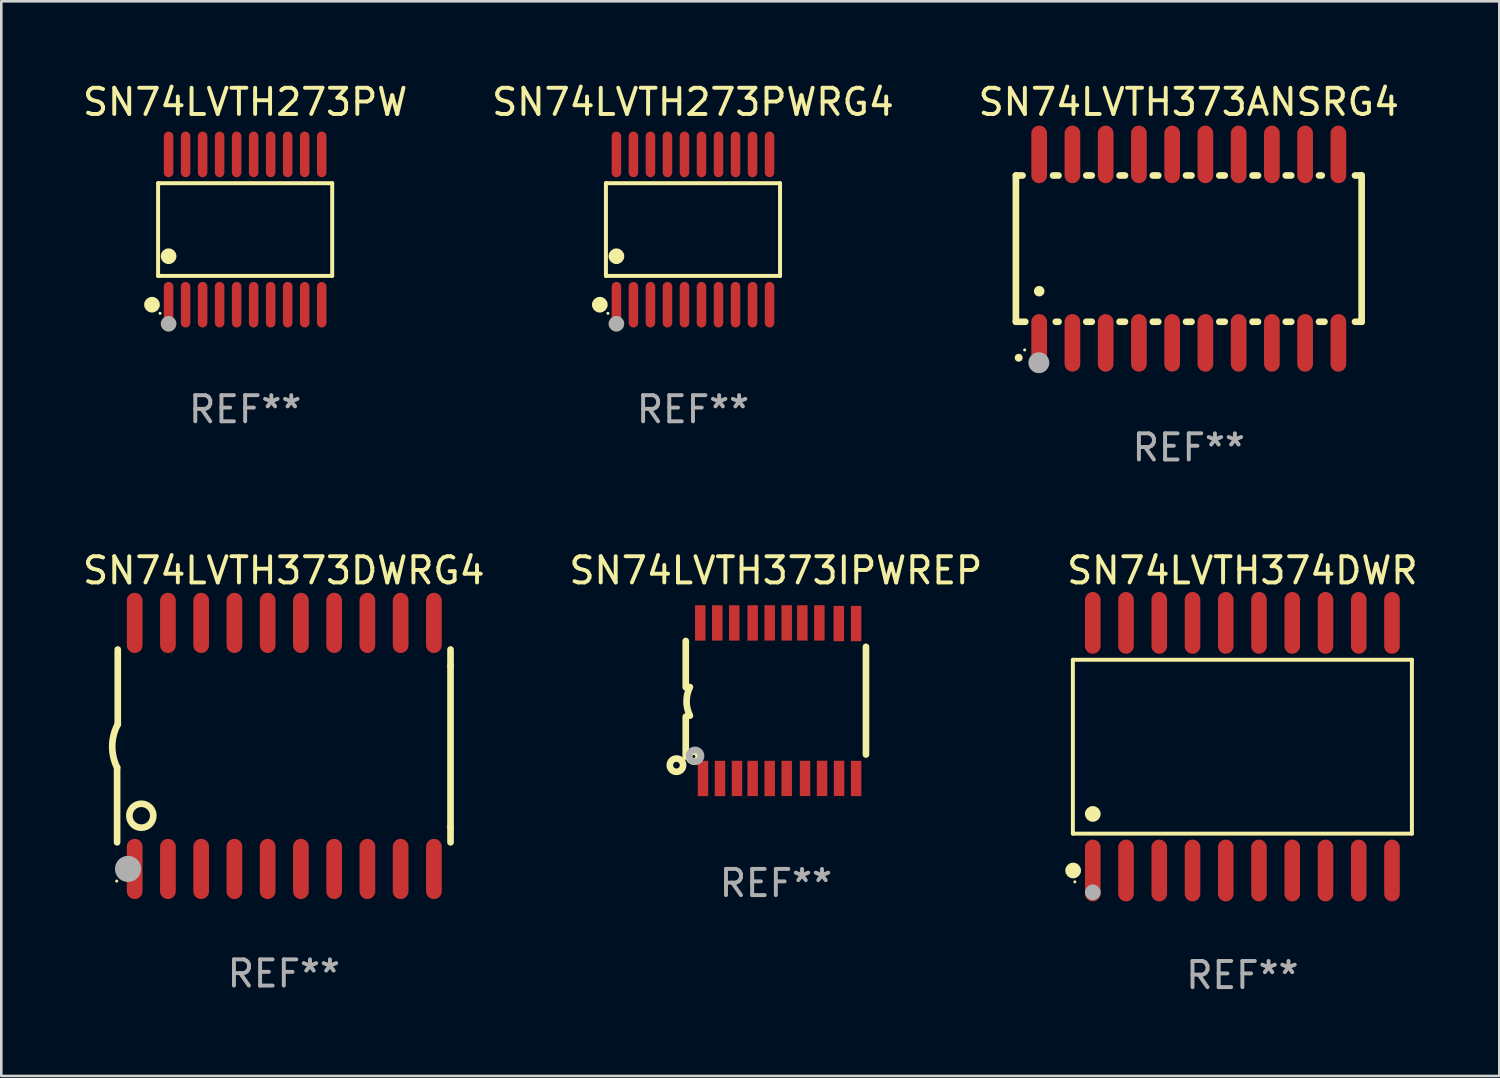
<source format=kicad_pcb>
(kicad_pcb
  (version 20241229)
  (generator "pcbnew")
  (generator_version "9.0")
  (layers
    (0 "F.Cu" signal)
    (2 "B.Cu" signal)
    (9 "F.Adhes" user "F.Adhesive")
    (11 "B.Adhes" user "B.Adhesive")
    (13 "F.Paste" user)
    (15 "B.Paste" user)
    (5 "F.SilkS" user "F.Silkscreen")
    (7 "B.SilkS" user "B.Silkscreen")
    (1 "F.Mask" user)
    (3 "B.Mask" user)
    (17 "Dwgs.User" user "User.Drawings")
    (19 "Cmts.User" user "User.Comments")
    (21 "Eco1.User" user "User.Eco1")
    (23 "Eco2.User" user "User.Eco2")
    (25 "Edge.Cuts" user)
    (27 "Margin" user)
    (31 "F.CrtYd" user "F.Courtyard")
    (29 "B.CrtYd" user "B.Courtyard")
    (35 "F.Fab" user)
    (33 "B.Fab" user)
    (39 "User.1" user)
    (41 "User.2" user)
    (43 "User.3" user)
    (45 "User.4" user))
  (footprint "SN74LVTH373ANSRG4"
    (layer "F.Cu")
    (at 42.363 6.448)
    (property "Reference" "SN74LVTH373ANSRG4" (at 0 -5.6 0) (layer "F.SilkS") (effects (font (size 1 1) (thickness 0.15))))
    (attr through_hole)
    (fp_line (start -6.604 -2.794) (end -6.604 2.794) (stroke (width 0.254) (type solid)) (layer "F.SilkS"))
    (fp_line (start -6.604 2.794) (end -6.246 2.794) (stroke (width 0.254) (type solid)) (layer "F.SilkS"))
    (fp_line (start -6.35 -2.794) (end -6.604 -2.794) (stroke (width 0.254) (type solid)) (layer "F.SilkS"))
    (fp_line (start -5.184 -2.794) (end -4.976 -2.794) (stroke (width 0.254) (type solid)) (layer "F.SilkS"))
    (fp_line (start -5.08 2.794) (end -4.976 2.794) (stroke (width 0.254) (type solid)) (layer "F.SilkS"))
    (fp_line (start -3.914 -2.794) (end -3.706 -2.794) (stroke (width 0.254) (type solid)) (layer "F.SilkS"))
    (fp_line (start -3.914 2.794) (end -3.706 2.794) (stroke (width 0.254) (type solid)) (layer "F.SilkS"))
    (fp_line (start -2.644 -2.794) (end -2.436 -2.794) (stroke (width 0.254) (type solid)) (layer "F.SilkS"))
    (fp_line (start -2.644 2.794) (end -2.436 2.794) (stroke (width 0.254) (type solid)) (layer "F.SilkS"))
    (fp_line (start -1.374 -2.794) (end -1.166 -2.794) (stroke (width 0.254) (type solid)) (layer "F.SilkS"))
    (fp_line (start -1.374 2.794) (end -1.166 2.794) (stroke (width 0.254) (type solid)) (layer "F.SilkS"))
    (fp_line (start -0.104 -2.794) (end 0.104 -2.794) (stroke (width 0.254) (type solid)) (layer "F.SilkS"))
    (fp_line (start -0.104 2.794) (end 0.104 2.794) (stroke (width 0.254) (type solid)) (layer "F.SilkS"))
    (fp_line (start 1.166 -2.794) (end 1.374 -2.794) (stroke (width 0.254) (type solid)) (layer "F.SilkS"))
    (fp_line (start 1.166 2.794) (end 1.374 2.794) (stroke (width 0.254) (type solid)) (layer "F.SilkS"))
    (fp_line (start 2.436 -2.794) (end 2.644 -2.794) (stroke (width 0.254) (type solid)) (layer "F.SilkS"))
    (fp_line (start 2.436 2.794) (end 2.644 2.794) (stroke (width 0.254) (type solid)) (layer "F.SilkS"))
    (fp_line (start 3.706 -2.794) (end 3.914 -2.794) (stroke (width 0.254) (type solid)) (layer "F.SilkS"))
    (fp_line (start 3.706 2.794) (end 3.914 2.794) (stroke (width 0.254) (type solid)) (layer "F.SilkS"))
    (fp_line (start 4.976 -2.794) (end 5.08 -2.794) (stroke (width 0.254) (type solid)) (layer "F.SilkS"))
    (fp_line (start 4.976 2.794) (end 5.184 2.794) (stroke (width 0.254) (type solid)) (layer "F.SilkS"))
    (fp_line (start 6.35 -2.794) (end 6.604 -2.794) (stroke (width 0.254) (type solid)) (layer "F.SilkS"))
    (fp_line (start 6.604 -2.794) (end 6.604 2.794) (stroke (width 0.254) (type solid)) (layer "F.SilkS"))
    (fp_line (start 6.604 2.794) (end 6.35 2.794) (stroke (width 0.254) (type solid)) (layer "F.SilkS"))
    (fp_arc (start -6.499619 4.167793) (mid -6.498349 4.167788) (end -6.497079 4.167793) (stroke (width 0.3) (type solid)) (layer "F.SilkS"))
    (fp_arc (start -5.715011 1.625603) (mid -5.713741 1.625599) (end -5.712471 1.625603) (stroke (width 0.4) (type solid)) (layer "F.SilkS"))
    (fp_circle (center -6.27 3.87) (end -6.24 3.87) (stroke (width 0.06) (type solid)) (fill no) (layer "F.SilkS"))
    (fp_circle (center -5.727 4.359) (end -5.527 4.359) (stroke (width 0.4) (type solid)) (fill no) (layer "F.Fab"))
    (fp_text user "REF**" (at 0 7.6 0) (layer "F.Fab") (effects (font (size 1 1) (thickness 0.15))))
    (pad "1" smd oval (at -5.715 3.6) (size 0.6 2.2) (layers "F.Cu" "F.Mask" "F.Paste"))
    (pad "2" smd oval (at -4.445 3.6) (size 0.6 2.2) (layers "F.Cu" "F.Mask" "F.Paste"))
    (pad "3" smd oval (at -3.175 3.6) (size 0.6 2.2) (layers "F.Cu" "F.Mask" "F.Paste"))
    (pad "4" smd oval (at -1.905 3.6) (size 0.6 2.2) (layers "F.Cu" "F.Mask" "F.Paste"))
    (pad "5" smd oval (at -0.635 3.6) (size 0.6 2.2) (layers "F.Cu" "F.Mask" "F.Paste"))
    (pad "6" smd oval (at 0.635 3.6) (size 0.6 2.2) (layers "F.Cu" "F.Mask" "F.Paste"))
    (pad "7" smd oval (at 1.905 3.6) (size 0.6 2.2) (layers "F.Cu" "F.Mask" "F.Paste"))
    (pad "8" smd oval (at 3.175 3.6) (size 0.6 2.2) (layers "F.Cu" "F.Mask" "F.Paste"))
    (pad "9" smd oval (at 4.445 3.6) (size 0.6 2.2) (layers "F.Cu" "F.Mask" "F.Paste"))
    (pad "10" smd oval (at 5.715 3.6) (size 0.6 2.2) (layers "F.Cu" "F.Mask" "F.Paste"))
    (pad "11" smd oval (at 5.715 -3.6 180) (size 0.6 2.2) (layers "F.Cu" "F.Mask" "F.Paste"))
    (pad "12" smd oval (at 4.445 -3.6 180) (size 0.6 2.2) (layers "F.Cu" "F.Mask" "F.Paste"))
    (pad "13" smd oval (at 3.175 -3.6 180) (size 0.6 2.2) (layers "F.Cu" "F.Mask" "F.Paste"))
    (pad "14" smd oval (at 1.905 -3.6 180) (size 0.6 2.2) (layers "F.Cu" "F.Mask" "F.Paste"))
    (pad "15" smd oval (at 0.635 -3.6 180) (size 0.6 2.2) (layers "F.Cu" "F.Mask" "F.Paste"))
    (pad "16" smd oval (at -0.635 -3.6 180) (size 0.6 2.2) (layers "F.Cu" "F.Mask" "F.Paste"))
    (pad "17" smd oval (at -1.905 -3.6 180) (size 0.6 2.2) (layers "F.Cu" "F.Mask" "F.Paste"))
    (pad "18" smd oval (at -3.175 -3.6 180) (size 0.6 2.2) (layers "F.Cu" "F.Mask" "F.Paste"))
    (pad "19" smd oval (at -4.445 -3.6 180) (size 0.6 2.2) (layers "F.Cu" "F.Mask" "F.Paste"))
    (pad "20" smd oval (at -5.715 -3.6 180) (size 0.6 2.2) (layers "F.Cu" "F.Mask" "F.Paste")))
  (footprint "SN74LVTH373DWRG4"
    (layer "F.Cu")
    (at 7.792 25.445)
    (property "Reference" "SN74LVTH373DWRG4" (at 0 -6.7 0) (layer "F.SilkS") (effects (font (size 1 1) (thickness 0.15))))
    (attr through_hole)
    (fp_line (start -6.369 0.826) (end -6.369 3.683) (stroke (width 0.254) (type solid)) (layer "F.SilkS"))
    (fp_line (start -6.343 -0.825) (end -6.343 -3.683) (stroke (width 0.254) (type solid)) (layer "F.SilkS"))
    (fp_line (start 6.369 -3.048) (end 6.369 -3.683) (stroke (width 0.254) (type solid)) (layer "F.SilkS"))
    (fp_line (start 6.369 -3.048) (end 6.369 3.096) (stroke (width 0.254) (type solid)) (layer "F.SilkS"))
    (fp_line (start 6.369 3.096) (end 6.369 3.683) (stroke (width 0.254) (type solid)) (layer "F.SilkS"))
    (fp_arc (start -6.36853 0.825552) (mid -6.554743 -0.00301) (end -6.343129 -0.825451) (stroke (width 0.254001) (type solid)) (layer "F.SilkS"))
    (fp_circle (center -6.382 5.163) (end -6.352 5.163) (stroke (width 0.06) (type solid)) (fill no) (layer "F.SilkS"))
    (fp_circle (center -5.443 2.667) (end -4.985 2.667) (stroke (width 0.254) (type solid)) (fill no) (layer "F.SilkS"))
    (fp_circle (center -5.951 4.699) (end -5.701 4.699) (stroke (width 0.5) (type solid)) (fill no) (layer "F.Fab"))
    (fp_text user "REF**" (at 0 8.7 0) (layer "F.Fab") (effects (font (size 1 1) (thickness 0.15))))
    (pad "1" smd oval (at -5.697 4.7 180) (size 0.6 2.3) (layers "F.Cu" "F.Mask" "F.Paste"))
    (pad "2" smd oval (at -4.427 4.7 180) (size 0.6 2.3) (layers "F.Cu" "F.Mask" "F.Paste"))
    (pad "3" smd oval (at -3.157 4.7 180) (size 0.6 2.3) (layers "F.Cu" "F.Mask" "F.Paste"))
    (pad "4" smd oval (at -1.887 4.7 180) (size 0.6 2.3) (layers "F.Cu" "F.Mask" "F.Paste"))
    (pad "5" smd oval (at -0.617 4.7 180) (size 0.6 2.3) (layers "F.Cu" "F.Mask" "F.Paste"))
    (pad "6" smd oval (at 0.653 4.7 180) (size 0.6 2.3) (layers "F.Cu" "F.Mask" "F.Paste"))
    (pad "7" smd oval (at 1.923 4.7 180) (size 0.6 2.3) (layers "F.Cu" "F.Mask" "F.Paste"))
    (pad "8" smd oval (at 3.193 4.7 180) (size 0.6 2.3) (layers "F.Cu" "F.Mask" "F.Paste"))
    (pad "9" smd oval (at 4.463 4.7 180) (size 0.6 2.3) (layers "F.Cu" "F.Mask" "F.Paste"))
    (pad "10" smd oval (at 5.734 4.7 180) (size 0.6 2.3) (layers "F.Cu" "F.Mask" "F.Paste"))
    (pad "11" smd oval (at 5.734 -4.7 180) (size 0.6 2.3) (layers "F.Cu" "F.Mask" "F.Paste"))
    (pad "12" smd oval (at 4.463 -4.7 180) (size 0.6 2.3) (layers "F.Cu" "F.Mask" "F.Paste"))
    (pad "13" smd oval (at 3.193 -4.7 180) (size 0.6 2.3) (layers "F.Cu" "F.Mask" "F.Paste"))
    (pad "14" smd oval (at 1.923 -4.7 180) (size 0.6 2.3) (layers "F.Cu" "F.Mask" "F.Paste"))
    (pad "15" smd oval (at 0.653 -4.7 180) (size 0.6 2.3) (layers "F.Cu" "F.Mask" "F.Paste"))
    (pad "16" smd oval (at -0.617 -4.7 180) (size 0.6 2.3) (layers "F.Cu" "F.Mask" "F.Paste"))
    (pad "17" smd oval (at -1.887 -4.7 180) (size 0.6 2.3) (layers "F.Cu" "F.Mask" "F.Paste"))
    (pad "18" smd oval (at -3.157 -4.7 180) (size 0.6 2.3) (layers "F.Cu" "F.Mask" "F.Paste"))
    (pad "19" smd oval (at -4.427 -4.7 180) (size 0.6 2.3) (layers "F.Cu" "F.Mask" "F.Paste"))
    (pad "20" smd oval (at -5.697 -4.7 180) (size 0.6 2.3) (layers "F.Cu" "F.Mask" "F.Paste")))
  (footprint "SN74LVTH373IPWREP"
    (layer "F.Cu")
    (at 26.589 23.717)
    (property "Reference" "SN74LVTH373IPWREP" (at 0 -4.972 0) (layer "F.SilkS") (effects (font (size 1 1) (thickness 0.15))))
    (attr through_hole)
    (fp_line (start -3.442 -0.514) (end -3.442 -2.28) (stroke (width 0.254) (type solid)) (layer "F.SilkS"))
    (fp_line (start -3.442 0.61) (end -3.442 2.134) (stroke (width 0.254) (type solid)) (layer "F.SilkS"))
    (fp_line (start 3.442 -2.057) (end 3.442 2.057) (stroke (width 0.254) (type solid)) (layer "F.SilkS"))
    (fp_arc (start -3.282957 0.571502) (mid -3.411874 0.0254) (end -3.282957 -0.520701) (stroke (width 0.254001) (type solid)) (layer "F.SilkS"))
    (fp_circle (center -3.797 2.464) (end -3.543 2.464) (stroke (width 0.254) (type solid)) (fill no) (layer "F.SilkS"))
    (fp_circle (center -3.137 2.134) (end -3.077 2.134) (stroke (width 0.254) (type solid)) (fill no) (layer "F.SilkS"))
    (fp_circle (center -3.086 2.108) (end -2.986 2.108) (stroke (width 0.254) (type solid)) (fill no) (layer "F.Fab"))
    (fp_text user "REF**" (at 0 6.972 0) (layer "F.Fab") (effects (font (size 1 1) (thickness 0.15))))
    (pad "1" smd rect (at -2.784 2.972 90) (size 1.35 0.4) (layers "F.Cu" "F.Mask" "F.Paste"))
    (pad "2" smd rect (at -2.134 2.972 270) (size 1.35 0.4) (layers "F.Cu" "F.Mask" "F.Paste"))
    (pad "3" smd rect (at -1.485 2.971 270) (size 1.35 0.4) (layers "F.Cu" "F.Mask" "F.Paste"))
    (pad "4" smd rect (at -0.886 2.971 270) (size 1.35 0.4) (layers "F.Cu" "F.Mask" "F.Paste"))
    (pad "5" smd rect (at -0.236 2.972 270) (size 1.35 0.4) (layers "F.Cu" "F.Mask" "F.Paste"))
    (pad "6" smd rect (at 0.414 2.97 270) (size 1.35 0.4) (layers "F.Cu" "F.Mask" "F.Paste"))
    (pad "7" smd rect (at 1.115 2.97 270) (size 1.35 0.4) (layers "F.Cu" "F.Mask" "F.Paste"))
    (pad "8" smd rect (at 1.765 2.969 270) (size 1.35 0.4) (layers "F.Cu" "F.Mask" "F.Paste"))
    (pad "9" smd rect (at 2.415 2.969 270) (size 1.35 0.4) (layers "F.Cu" "F.Mask" "F.Paste"))
    (pad "10" smd rect (at 3.066 2.972 270) (size 1.35 0.4) (layers "F.Cu" "F.Mask" "F.Paste"))
    (pad "11" smd rect (at 3.066 -2.947 270) (size 1.35 0.4) (layers "F.Cu" "F.Mask" "F.Paste"))
    (pad "12" smd rect (at 2.405 -2.947 270) (size 1.35 0.4) (layers "F.Cu" "F.Mask" "F.Paste"))
    (pad "13" smd rect (at 1.662 -2.972 90) (size 1.35 0.4) (layers "F.Cu" "F.Mask" "F.Paste"))
    (pad "14" smd rect (at 1.012 -2.972 90) (size 1.35 0.4) (layers "F.Cu" "F.Mask" "F.Paste"))
    (pad "15" smd rect (at 0.414 -2.971 90) (size 1.35 0.4) (layers "F.Cu" "F.Mask" "F.Paste"))
    (pad "16" smd rect (at -0.236 -2.972 90) (size 1.35 0.4) (layers "F.Cu" "F.Mask" "F.Paste"))
    (pad "17" smd rect (at -0.886 -2.97 90) (size 1.35 0.4) (layers "F.Cu" "F.Mask" "F.Paste"))
    (pad "18" smd rect (at -1.588 -2.97 90) (size 1.35 0.4) (layers "F.Cu" "F.Mask" "F.Paste"))
    (pad "19" smd rect (at -2.238 -2.97 90) (size 1.35 0.4) (layers "F.Cu" "F.Mask" "F.Paste"))
    (pad "20" smd rect (at -2.888 -2.969 90) (size 1.35 0.4) (layers "F.Cu" "F.Mask" "F.Paste")))
  (footprint "SN74LVTH374DWR"
    (layer "F.Cu")
    (at 44.411 25.475)
    (property "Reference" "SN74LVTH374DWR" (at 0 -6.73 0) (layer "F.SilkS") (effects (font (size 1 1) (thickness 0.15))))
    (attr through_hole)
    (fp_line (start -6.476 -3.321) (end 6.476 -3.321) (stroke (width 0.152) (type solid)) (layer "F.SilkS"))
    (fp_line (start -6.476 3.321) (end -6.476 -3.321) (stroke (width 0.152) (type solid)) (layer "F.SilkS"))
    (fp_line (start 6.476 -3.321) (end 6.476 3.321) (stroke (width 0.152) (type solid)) (layer "F.SilkS"))
    (fp_line (start 6.476 3.321) (end -6.476 3.321) (stroke (width 0.152) (type solid)) (layer "F.SilkS"))
    (fp_circle (center -6.465 4.73) (end -6.315 4.73) (stroke (width 0.3) (type solid)) (fill no) (layer "F.SilkS"))
    (fp_circle (center -6.4 5.163) (end -6.37 5.163) (stroke (width 0.06) (type solid)) (fill no) (layer "F.SilkS"))
    (fp_circle (center -5.715 2.569) (end -5.565 2.569) (stroke (width 0.3) (type solid)) (fill no) (layer "F.SilkS"))
    (fp_circle (center -5.715 5.563) (end -5.565 5.563) (stroke (width 0.3) (type solid)) (fill no) (layer "F.Fab"))
    (fp_text user "REF**" (at 0 8.73 0) (layer "F.Fab") (effects (font (size 1 1) (thickness 0.15))))
    (pad "1" smd oval (at -5.715 4.73) (size 0.595 2.36) (layers "F.Cu" "F.Mask" "F.Paste"))
    (pad "2" smd oval (at -4.445 4.73) (size 0.595 2.36) (layers "F.Cu" "F.Mask" "F.Paste"))
    (pad "3" smd oval (at -3.175 4.73) (size 0.595 2.36) (layers "F.Cu" "F.Mask" "F.Paste"))
    (pad "4" smd oval (at -1.905 4.73) (size 0.595 2.36) (layers "F.Cu" "F.Mask" "F.Paste"))
    (pad "5" smd oval (at -0.635 4.73) (size 0.595 2.36) (layers "F.Cu" "F.Mask" "F.Paste"))
    (pad "6" smd oval (at 0.635 4.73) (size 0.595 2.36) (layers "F.Cu" "F.Mask" "F.Paste"))
    (pad "7" smd oval (at 1.905 4.73) (size 0.595 2.36) (layers "F.Cu" "F.Mask" "F.Paste"))
    (pad "8" smd oval (at 3.175 4.73) (size 0.595 2.36) (layers "F.Cu" "F.Mask" "F.Paste"))
    (pad "9" smd oval (at 4.445 4.73) (size 0.595 2.36) (layers "F.Cu" "F.Mask" "F.Paste"))
    (pad "10" smd oval (at 5.715 4.73) (size 0.595 2.36) (layers "F.Cu" "F.Mask" "F.Paste"))
    (pad "11" smd oval (at 5.715 -4.73) (size 0.595 2.36) (layers "F.Cu" "F.Mask" "F.Paste"))
    (pad "12" smd oval (at 4.445 -4.73) (size 0.595 2.36) (layers "F.Cu" "F.Mask" "F.Paste"))
    (pad "13" smd oval (at 3.175 -4.73) (size 0.595 2.36) (layers "F.Cu" "F.Mask" "F.Paste"))
    (pad "14" smd oval (at 1.905 -4.73) (size 0.595 2.36) (layers "F.Cu" "F.Mask" "F.Paste"))
    (pad "15" smd oval (at 0.635 -4.73) (size 0.595 2.36) (layers "F.Cu" "F.Mask" "F.Paste"))
    (pad "16" smd oval (at -0.635 -4.73) (size 0.595 2.36) (layers "F.Cu" "F.Mask" "F.Paste"))
    (pad "17" smd oval (at -1.905 -4.73) (size 0.595 2.36) (layers "F.Cu" "F.Mask" "F.Paste"))
    (pad "18" smd oval (at -3.175 -4.73) (size 0.595 2.36) (layers "F.Cu" "F.Mask" "F.Paste"))
    (pad "19" smd oval (at -4.445 -4.73) (size 0.595 2.36) (layers "F.Cu" "F.Mask" "F.Paste"))
    (pad "20" smd oval (at -5.715 -4.73) (size 0.595 2.36) (layers "F.Cu" "F.Mask" "F.Paste")))
  (footprint "SN74LVTH273PW"
    (layer "F.Cu")
    (at 6.315 5.719)
    (property "Reference" "SN74LVTH273PW" (at 0 -4.871 0) (layer "F.SilkS") (effects (font (size 1 1) (thickness 0.15))))
    (attr through_hole)
    (fp_line (start -3.326 -1.771) (end 3.326 -1.771) (stroke (width 0.152) (type solid)) (layer "F.SilkS"))
    (fp_line (start -3.326 1.771) (end -3.326 -1.771) (stroke (width 0.152) (type solid)) (layer "F.SilkS"))
    (fp_line (start 3.326 -1.771) (end 3.326 1.771) (stroke (width 0.152) (type solid)) (layer "F.SilkS"))
    (fp_line (start 3.326 1.771) (end -3.326 1.771) (stroke (width 0.152) (type solid)) (layer "F.SilkS"))
    (fp_circle (center -3.559 2.871) (end -3.409 2.871) (stroke (width 0.3) (type solid)) (fill no) (layer "F.SilkS"))
    (fp_circle (center -3.25 3.2) (end -3.22 3.2) (stroke (width 0.06) (type solid)) (fill no) (layer "F.SilkS"))
    (fp_circle (center -2.925 1.019) (end -2.775 1.019) (stroke (width 0.3) (type solid)) (fill no) (layer "F.SilkS"))
    (fp_circle (center -2.925 3.6) (end -2.775 3.6) (stroke (width 0.3) (type solid)) (fill no) (layer "F.Fab"))
    (fp_text user "REF**" (at 0 6.871 0) (layer "F.Fab") (effects (font (size 1 1) (thickness 0.15))))
    (pad "1" smd oval (at -2.925 2.871) (size 0.364 1.742) (layers "F.Cu" "F.Mask" "F.Paste"))
    (pad "2" smd oval (at -2.275 2.871) (size 0.364 1.742) (layers "F.Cu" "F.Mask" "F.Paste"))
    (pad "3" smd oval (at -1.625 2.871) (size 0.364 1.742) (layers "F.Cu" "F.Mask" "F.Paste"))
    (pad "4" smd oval (at -0.975 2.871) (size 0.364 1.742) (layers "F.Cu" "F.Mask" "F.Paste"))
    (pad "5" smd oval (at -0.325 2.871) (size 0.364 1.742) (layers "F.Cu" "F.Mask" "F.Paste"))
    (pad "6" smd oval (at 0.325 2.871) (size 0.364 1.742) (layers "F.Cu" "F.Mask" "F.Paste"))
    (pad "7" smd oval (at 0.975 2.871) (size 0.364 1.742) (layers "F.Cu" "F.Mask" "F.Paste"))
    (pad "8" smd oval (at 1.625 2.871) (size 0.364 1.742) (layers "F.Cu" "F.Mask" "F.Paste"))
    (pad "9" smd oval (at 2.275 2.871) (size 0.364 1.742) (layers "F.Cu" "F.Mask" "F.Paste"))
    (pad "10" smd oval (at 2.925 2.871) (size 0.364 1.742) (layers "F.Cu" "F.Mask" "F.Paste"))
    (pad "11" smd oval (at 2.925 -2.871) (size 0.364 1.742) (layers "F.Cu" "F.Mask" "F.Paste"))
    (pad "12" smd oval (at 2.275 -2.871) (size 0.364 1.742) (layers "F.Cu" "F.Mask" "F.Paste"))
    (pad "13" smd oval (at 1.625 -2.871) (size 0.364 1.742) (layers "F.Cu" "F.Mask" "F.Paste"))
    (pad "14" smd oval (at 0.975 -2.871) (size 0.364 1.742) (layers "F.Cu" "F.Mask" "F.Paste"))
    (pad "15" smd oval (at 0.325 -2.871) (size 0.364 1.742) (layers "F.Cu" "F.Mask" "F.Paste"))
    (pad "16" smd oval (at -0.325 -2.871) (size 0.364 1.742) (layers "F.Cu" "F.Mask" "F.Paste"))
    (pad "17" smd oval (at -0.975 -2.871) (size 0.364 1.742) (layers "F.Cu" "F.Mask" "F.Paste"))
    (pad "18" smd oval (at -1.625 -2.871) (size 0.364 1.742) (layers "F.Cu" "F.Mask" "F.Paste"))
    (pad "19" smd oval (at -2.275 -2.871) (size 0.364 1.742) (layers "F.Cu" "F.Mask" "F.Paste"))
    (pad "20" smd oval (at -2.925 -2.871) (size 0.364 1.742) (layers "F.Cu" "F.Mask" "F.Paste")))
  (footprint "SN74LVTH273PWRG4"
    (layer "F.Cu")
    (at 23.423 5.719)
    (property "Reference" "SN74LVTH273PWRG4" (at 0 -4.871 0) (layer "F.SilkS") (effects (font (size 1 1) (thickness 0.15))))
    (attr through_hole)
    (fp_line (start -3.326 -1.771) (end 3.326 -1.771) (stroke (width 0.152) (type solid)) (layer "F.SilkS"))
    (fp_line (start -3.326 1.771) (end -3.326 -1.771) (stroke (width 0.152) (type solid)) (layer "F.SilkS"))
    (fp_line (start 3.326 -1.771) (end 3.326 1.771) (stroke (width 0.152) (type solid)) (layer "F.SilkS"))
    (fp_line (start 3.326 1.771) (end -3.326 1.771) (stroke (width 0.152) (type solid)) (layer "F.SilkS"))
    (fp_circle (center -3.559 2.871) (end -3.409 2.871) (stroke (width 0.3) (type solid)) (fill no) (layer "F.SilkS"))
    (fp_circle (center -3.25 3.2) (end -3.22 3.2) (stroke (width 0.06) (type solid)) (fill no) (layer "F.SilkS"))
    (fp_circle (center -2.925 1.019) (end -2.775 1.019) (stroke (width 0.3) (type solid)) (fill no) (layer "F.SilkS"))
    (fp_circle (center -2.925 3.6) (end -2.775 3.6) (stroke (width 0.3) (type solid)) (fill no) (layer "F.Fab"))
    (fp_text user "REF**" (at 0 6.871 0) (layer "F.Fab") (effects (font (size 1 1) (thickness 0.15))))
    (pad "1" smd oval (at -2.925 2.871) (size 0.364 1.742) (layers "F.Cu" "F.Mask" "F.Paste"))
    (pad "2" smd oval (at -2.275 2.871) (size 0.364 1.742) (layers "F.Cu" "F.Mask" "F.Paste"))
    (pad "3" smd oval (at -1.625 2.871) (size 0.364 1.742) (layers "F.Cu" "F.Mask" "F.Paste"))
    (pad "4" smd oval (at -0.975 2.871) (size 0.364 1.742) (layers "F.Cu" "F.Mask" "F.Paste"))
    (pad "5" smd oval (at -0.325 2.871) (size 0.364 1.742) (layers "F.Cu" "F.Mask" "F.Paste"))
    (pad "6" smd oval (at 0.325 2.871) (size 0.364 1.742) (layers "F.Cu" "F.Mask" "F.Paste"))
    (pad "7" smd oval (at 0.975 2.871) (size 0.364 1.742) (layers "F.Cu" "F.Mask" "F.Paste"))
    (pad "8" smd oval (at 1.625 2.871) (size 0.364 1.742) (layers "F.Cu" "F.Mask" "F.Paste"))
    (pad "9" smd oval (at 2.275 2.871) (size 0.364 1.742) (layers "F.Cu" "F.Mask" "F.Paste"))
    (pad "10" smd oval (at 2.925 2.871) (size 0.364 1.742) (layers "F.Cu" "F.Mask" "F.Paste"))
    (pad "11" smd oval (at 2.925 -2.871) (size 0.364 1.742) (layers "F.Cu" "F.Mask" "F.Paste"))
    (pad "12" smd oval (at 2.275 -2.871) (size 0.364 1.742) (layers "F.Cu" "F.Mask" "F.Paste"))
    (pad "13" smd oval (at 1.625 -2.871) (size 0.364 1.742) (layers "F.Cu" "F.Mask" "F.Paste"))
    (pad "14" smd oval (at 0.975 -2.871) (size 0.364 1.742) (layers "F.Cu" "F.Mask" "F.Paste"))
    (pad "15" smd oval (at 0.325 -2.871) (size 0.364 1.742) (layers "F.Cu" "F.Mask" "F.Paste"))
    (pad "16" smd oval (at -0.325 -2.871) (size 0.364 1.742) (layers "F.Cu" "F.Mask" "F.Paste"))
    (pad "17" smd oval (at -0.975 -2.871) (size 0.364 1.742) (layers "F.Cu" "F.Mask" "F.Paste"))
    (pad "18" smd oval (at -1.625 -2.871) (size 0.364 1.742) (layers "F.Cu" "F.Mask" "F.Paste"))
    (pad "19" smd oval (at -2.275 -2.871) (size 0.364 1.742) (layers "F.Cu" "F.Mask" "F.Paste"))
    (pad "20" smd oval (at -2.925 -2.871) (size 0.364 1.742) (layers "F.Cu" "F.Mask" "F.Paste")))
  (gr_rect
    (start -3 -3)
    (end 54.226 38.053)
    (stroke (width 0.1) (type default))
    (fill no)
    (layer "Edge.Cuts")))
</source>
